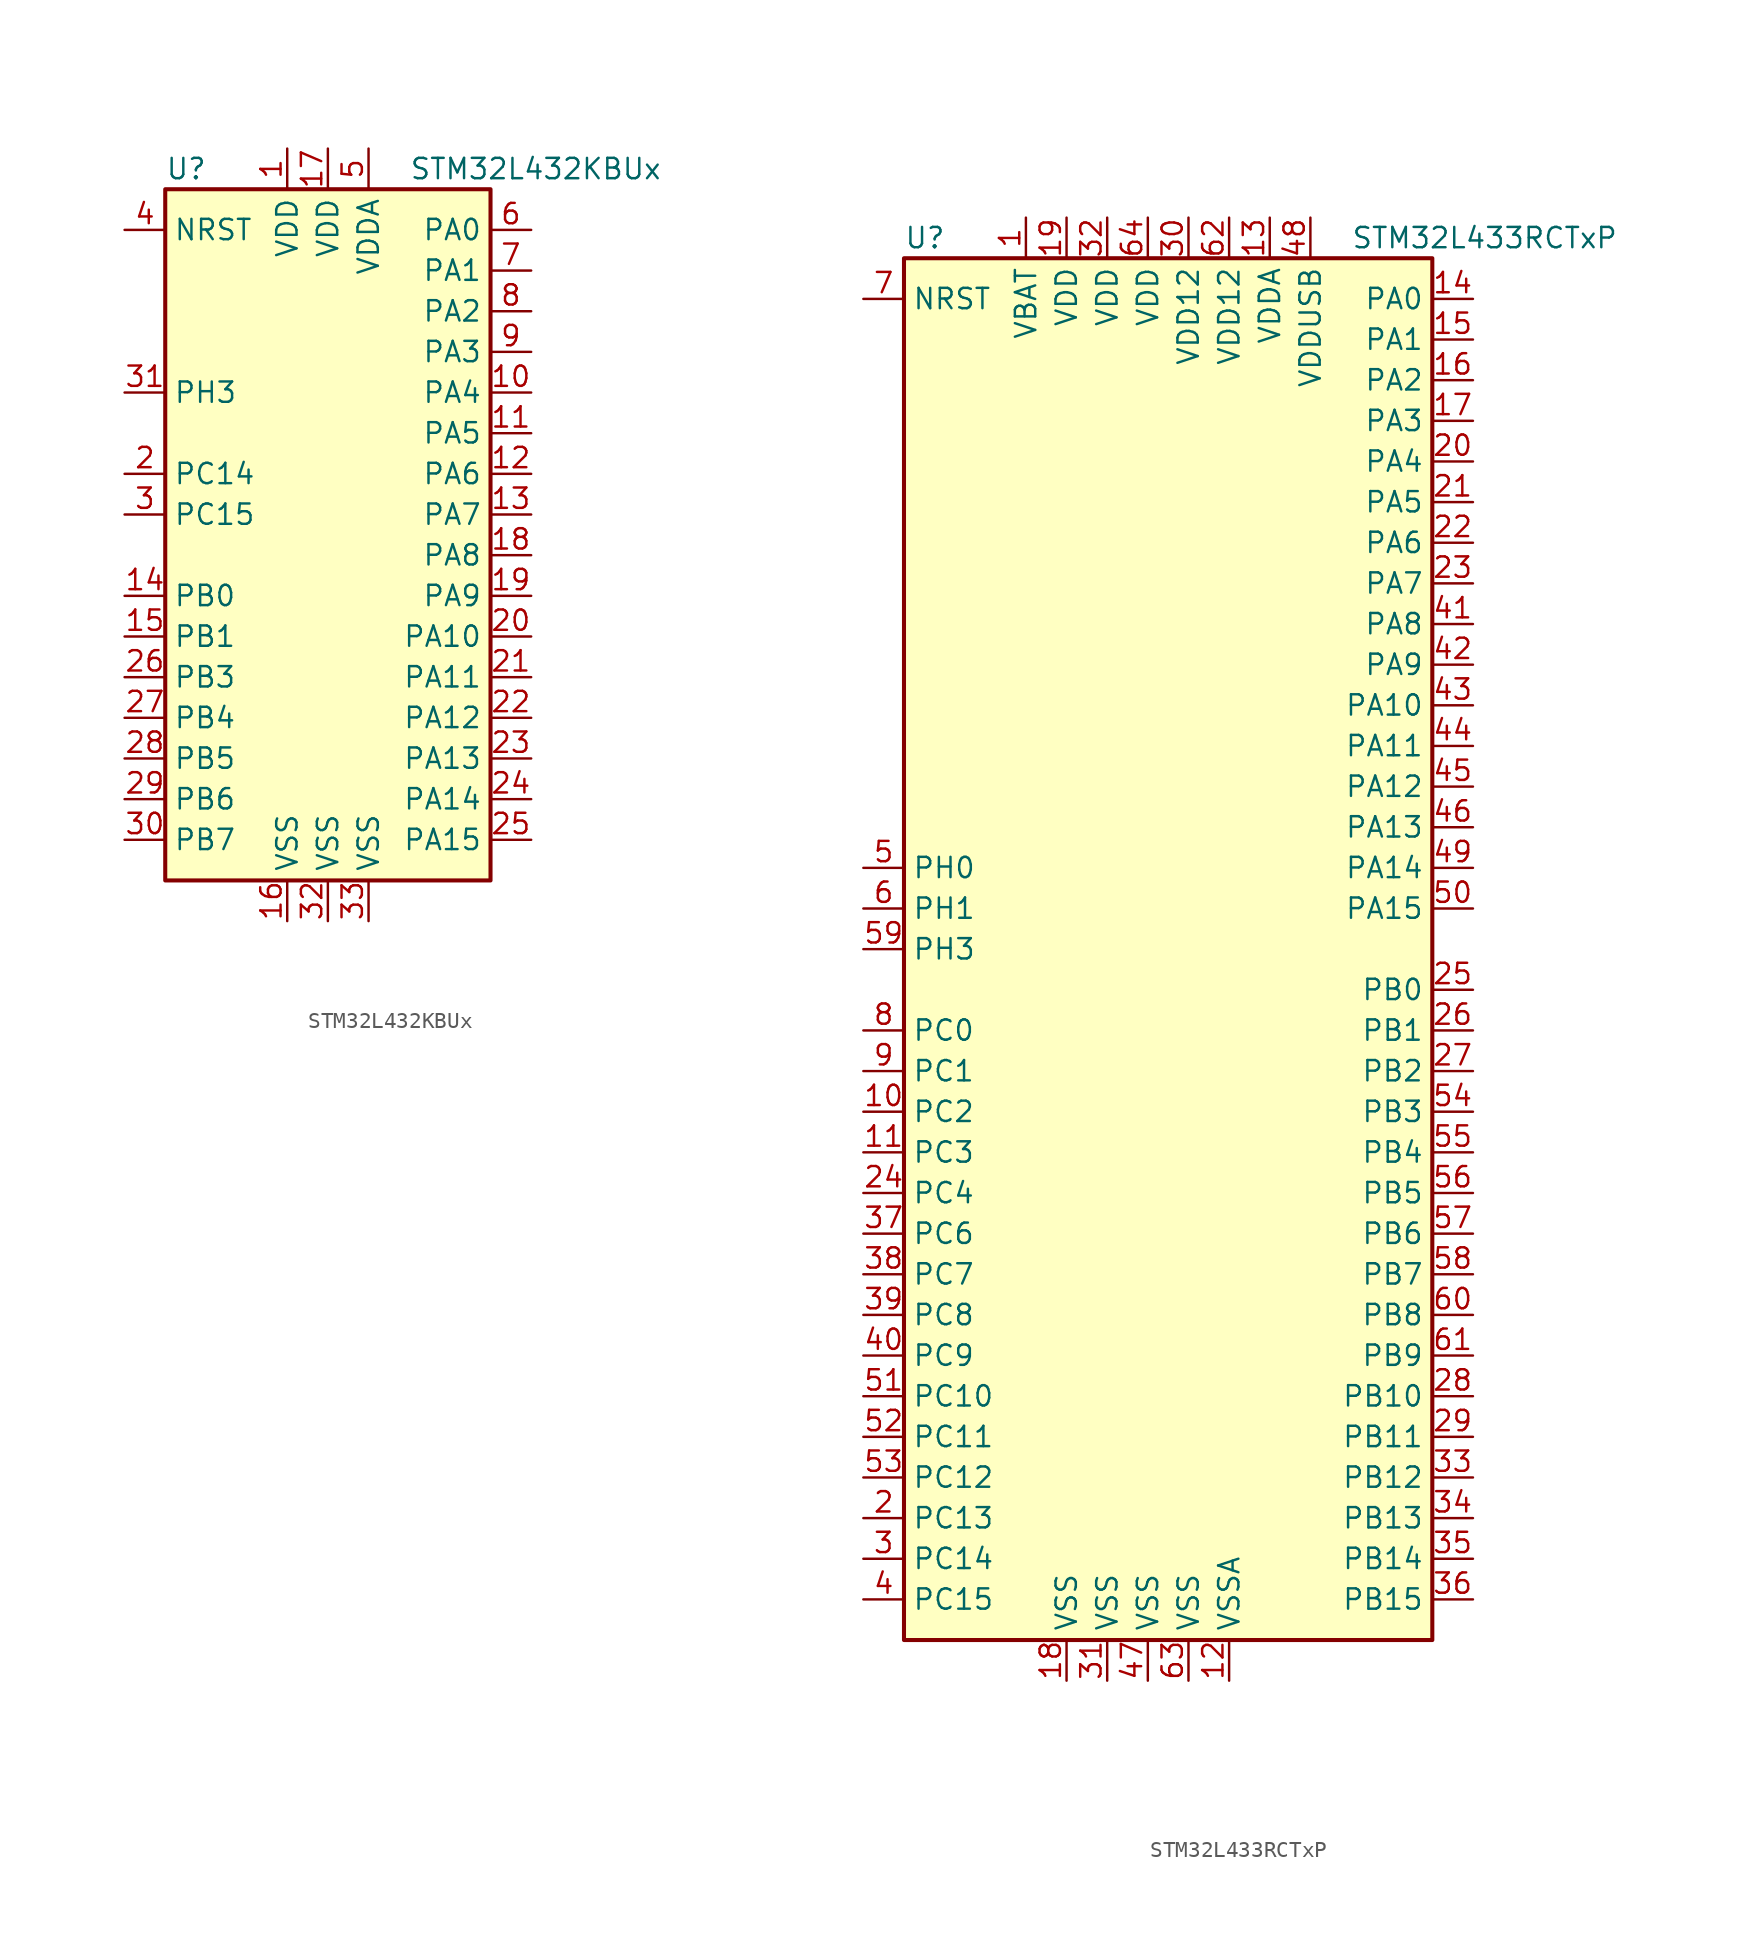
<source format=kicad_sym>
(kicad_symbol_lib
  (version 20220914)
  (generator kicad_symbol_editor)
  (symbol "STM32L432KBUx"
    (property "Reference" "U"
      (at -10.16 21.59 0)
      (effects (font (size 1.27 1.27)) (justify left)))
    (property "Value" "STM32L432KBUx"
      (at 5.08 21.59 0)
      (effects (font (size 1.27 1.27)) (justify left)))
    (symbol "STM32L432KBUx_0_1"
      (rectangle (start -10.16 -22.86) (end 10.16 20.32) (stroke (width 0.254) (type default)) (fill (type background))))
    (symbol "STM32L432KBUx_1_1"
      (pin power_in line (at -2.54 22.86 270) (length 2.54) (name "VDD" (effects (font (size 1.27 1.27)))) (number "1" (effects (font (size 1.27 1.27)))))
      (pin bidirectional line (at 12.7 7.62 180) (length 2.54) (name "PA4" (effects (font (size 1.27 1.27)))) (number "10" (effects (font (size 1.27 1.27)))))
      (pin bidirectional line (at 12.7 5.08 180) (length 2.54) (name "PA5" (effects (font (size 1.27 1.27)))) (number "11" (effects (font (size 1.27 1.27)))))
      (pin bidirectional line (at 12.7 2.54 180) (length 2.54) (name "PA6" (effects (font (size 1.27 1.27)))) (number "12" (effects (font (size 1.27 1.27)))))
      (pin bidirectional line (at 12.7 0 180) (length 2.54) (name "PA7" (effects (font (size 1.27 1.27)))) (number "13" (effects (font (size 1.27 1.27)))))
      (pin bidirectional line (at -12.7 -5.08 0) (length 2.54) (name "PB0" (effects (font (size 1.27 1.27)))) (number "14" (effects (font (size 1.27 1.27)))))
      (pin bidirectional line (at -12.7 -7.62 0) (length 2.54) (name "PB1" (effects (font (size 1.27 1.27)))) (number "15" (effects (font (size 1.27 1.27)))))
      (pin power_in line (at -2.54 -25.4 90) (length 2.54) (name "VSS" (effects (font (size 1.27 1.27)))) (number "16" (effects (font (size 1.27 1.27)))))
      (pin power_in line (at 0 22.86 270) (length 2.54) (name "VDD" (effects (font (size 1.27 1.27)))) (number "17" (effects (font (size 1.27 1.27)))))
      (pin bidirectional line (at 12.7 -2.54 180) (length 2.54) (name "PA8" (effects (font (size 1.27 1.27)))) (number "18" (effects (font (size 1.27 1.27)))))
      (pin bidirectional line (at 12.7 -5.08 180) (length 2.54) (name "PA9" (effects (font (size 1.27 1.27)))) (number "19" (effects (font (size 1.27 1.27)))))
      (pin bidirectional line (at -12.7 2.54 0) (length 2.54) (name "PC14" (effects (font (size 1.27 1.27)))) (number "2" (effects (font (size 1.27 1.27)))))
      (pin bidirectional line (at 12.7 -7.62 180) (length 2.54) (name "PA10" (effects (font (size 1.27 1.27)))) (number "20" (effects (font (size 1.27 1.27)))))
      (pin bidirectional line (at 12.7 -10.16 180) (length 2.54) (name "PA11" (effects (font (size 1.27 1.27)))) (number "21" (effects (font (size 1.27 1.27)))))
      (pin bidirectional line (at 12.7 -12.7 180) (length 2.54) (name "PA12" (effects (font (size 1.27 1.27)))) (number "22" (effects (font (size 1.27 1.27)))))
      (pin bidirectional line (at 12.7 -15.24 180) (length 2.54) (name "PA13" (effects (font (size 1.27 1.27)))) (number "23" (effects (font (size 1.27 1.27)))))
      (pin bidirectional line (at 12.7 -17.78 180) (length 2.54) (name "PA14" (effects (font (size 1.27 1.27)))) (number "24" (effects (font (size 1.27 1.27)))))
      (pin bidirectional line (at 12.7 -20.32 180) (length 2.54) (name "PA15" (effects (font (size 1.27 1.27)))) (number "25" (effects (font (size 1.27 1.27)))))
      (pin bidirectional line (at -12.7 -10.16 0) (length 2.54) (name "PB3" (effects (font (size 1.27 1.27)))) (number "26" (effects (font (size 1.27 1.27)))))
      (pin bidirectional line (at -12.7 -12.7 0) (length 2.54) (name "PB4" (effects (font (size 1.27 1.27)))) (number "27" (effects (font (size 1.27 1.27)))))
      (pin bidirectional line (at -12.7 -15.24 0) (length 2.54) (name "PB5" (effects (font (size 1.27 1.27)))) (number "28" (effects (font (size 1.27 1.27)))))
      (pin bidirectional line (at -12.7 -17.78 0) (length 2.54) (name "PB6" (effects (font (size 1.27 1.27)))) (number "29" (effects (font (size 1.27 1.27)))))
      (pin bidirectional line (at -12.7 0 0) (length 2.54) (name "PC15" (effects (font (size 1.27 1.27)))) (number "3" (effects (font (size 1.27 1.27)))))
      (pin bidirectional line (at -12.7 -20.32 0) (length 2.54) (name "PB7" (effects (font (size 1.27 1.27)))) (number "30" (effects (font (size 1.27 1.27)))))
      (pin bidirectional line (at -12.7 7.62 0) (length 2.54) (name "PH3" (effects (font (size 1.27 1.27)))) (number "31" (effects (font (size 1.27 1.27)))))
      (pin power_in line (at 0 -25.4 90) (length 2.54) (name "VSS" (effects (font (size 1.27 1.27)))) (number "32" (effects (font (size 1.27 1.27)))))
      (pin power_in line (at 2.54 -25.4 90) (length 2.54) (name "VSS" (effects (font (size 1.27 1.27)))) (number "33" (effects (font (size 1.27 1.27)))))
      (pin input line (at -12.7 17.78 0) (length 2.54) (name "NRST" (effects (font (size 1.27 1.27)))) (number "4" (effects (font (size 1.27 1.27)))))
      (pin power_in line (at 2.54 22.86 270) (length 2.54) (name "VDDA" (effects (font (size 1.27 1.27)))) (number "5" (effects (font (size 1.27 1.27)))))
      (pin bidirectional line (at 12.7 17.78 180) (length 2.54) (name "PA0" (effects (font (size 1.27 1.27)))) (number "6" (effects (font (size 1.27 1.27)))))
      (pin bidirectional line (at 12.7 15.24 180) (length 2.54) (name "PA1" (effects (font (size 1.27 1.27)))) (number "7" (effects (font (size 1.27 1.27)))))
      (pin bidirectional line (at 12.7 12.7 180) (length 2.54) (name "PA2" (effects (font (size 1.27 1.27)))) (number "8" (effects (font (size 1.27 1.27)))))
      (pin bidirectional line (at 12.7 10.16 180) (length 2.54) (name "PA3" (effects (font (size 1.27 1.27)))) (number "9" (effects (font (size 1.27 1.27)))))))
  (symbol "STM32L433RCTxP"
    (property "Reference" "U"
      (at -17.78 44.45 0)
      (effects (font (size 1.27 1.27)) (justify left)))
    (property "Value" "STM32L433RCTxP"
      (at 10.16 44.45 0)
      (effects (font (size 1.27 1.27)) (justify left)))
    (symbol "STM32L433RCTxP_0_1"
      (rectangle (start -17.78 -43.18) (end 15.24 43.18) (stroke (width 0.254) (type default)) (fill (type background))))
    (symbol "STM32L433RCTxP_1_1"
      (pin power_in line (at -10.16 45.72 270) (length 2.54) (name "VBAT" (effects (font (size 1.27 1.27)))) (number "1" (effects (font (size 1.27 1.27)))))
      (pin bidirectional line (at -20.32 -10.16 0) (length 2.54) (name "PC2" (effects (font (size 1.27 1.27)))) (number "10" (effects (font (size 1.27 1.27)))))
      (pin bidirectional line (at -20.32 -12.7 0) (length 2.54) (name "PC3" (effects (font (size 1.27 1.27)))) (number "11" (effects (font (size 1.27 1.27)))))
      (pin power_in line (at 2.54 -45.72 90) (length 2.54) (name "VSSA" (effects (font (size 1.27 1.27)))) (number "12" (effects (font (size 1.27 1.27)))))
      (pin power_in line (at 5.08 45.72 270) (length 2.54) (name "VDDA" (effects (font (size 1.27 1.27)))) (number "13" (effects (font (size 1.27 1.27)))))
      (pin bidirectional line (at 17.78 40.64 180) (length 2.54) (name "PA0" (effects (font (size 1.27 1.27)))) (number "14" (effects (font (size 1.27 1.27)))))
      (pin bidirectional line (at 17.78 38.1 180) (length 2.54) (name "PA1" (effects (font (size 1.27 1.27)))) (number "15" (effects (font (size 1.27 1.27)))))
      (pin bidirectional line (at 17.78 35.56 180) (length 2.54) (name "PA2" (effects (font (size 1.27 1.27)))) (number "16" (effects (font (size 1.27 1.27)))))
      (pin bidirectional line (at 17.78 33.02 180) (length 2.54) (name "PA3" (effects (font (size 1.27 1.27)))) (number "17" (effects (font (size 1.27 1.27)))))
      (pin power_in line (at -7.62 -45.72 90) (length 2.54) (name "VSS" (effects (font (size 1.27 1.27)))) (number "18" (effects (font (size 1.27 1.27)))))
      (pin power_in line (at -7.62 45.72 270) (length 2.54) (name "VDD" (effects (font (size 1.27 1.27)))) (number "19" (effects (font (size 1.27 1.27)))))
      (pin bidirectional line (at -20.32 -35.56 0) (length 2.54) (name "PC13" (effects (font (size 1.27 1.27)))) (number "2" (effects (font (size 1.27 1.27)))))
      (pin bidirectional line (at 17.78 30.48 180) (length 2.54) (name "PA4" (effects (font (size 1.27 1.27)))) (number "20" (effects (font (size 1.27 1.27)))))
      (pin bidirectional line (at 17.78 27.94 180) (length 2.54) (name "PA5" (effects (font (size 1.27 1.27)))) (number "21" (effects (font (size 1.27 1.27)))))
      (pin bidirectional line (at 17.78 25.4 180) (length 2.54) (name "PA6" (effects (font (size 1.27 1.27)))) (number "22" (effects (font (size 1.27 1.27)))))
      (pin bidirectional line (at 17.78 22.86 180) (length 2.54) (name "PA7" (effects (font (size 1.27 1.27)))) (number "23" (effects (font (size 1.27 1.27)))))
      (pin bidirectional line (at -20.32 -15.24 0) (length 2.54) (name "PC4" (effects (font (size 1.27 1.27)))) (number "24" (effects (font (size 1.27 1.27)))))
      (pin bidirectional line (at 17.78 -2.54 180) (length 2.54) (name "PB0" (effects (font (size 1.27 1.27)))) (number "25" (effects (font (size 1.27 1.27)))))
      (pin bidirectional line (at 17.78 -5.08 180) (length 2.54) (name "PB1" (effects (font (size 1.27 1.27)))) (number "26" (effects (font (size 1.27 1.27)))))
      (pin bidirectional line (at 17.78 -7.62 180) (length 2.54) (name "PB2" (effects (font (size 1.27 1.27)))) (number "27" (effects (font (size 1.27 1.27)))))
      (pin bidirectional line (at 17.78 -27.94 180) (length 2.54) (name "PB10" (effects (font (size 1.27 1.27)))) (number "28" (effects (font (size 1.27 1.27)))))
      (pin bidirectional line (at 17.78 -30.48 180) (length 2.54) (name "PB11" (effects (font (size 1.27 1.27)))) (number "29" (effects (font (size 1.27 1.27)))))
      (pin bidirectional line (at -20.32 -38.1 0) (length 2.54) (name "PC14" (effects (font (size 1.27 1.27)))) (number "3" (effects (font (size 1.27 1.27)))))
      (pin power_in line (at 0 45.72 270) (length 2.54) (name "VDD12" (effects (font (size 1.27 1.27)))) (number "30" (effects (font (size 1.27 1.27)))))
      (pin power_in line (at -5.08 -45.72 90) (length 2.54) (name "VSS" (effects (font (size 1.27 1.27)))) (number "31" (effects (font (size 1.27 1.27)))))
      (pin power_in line (at -5.08 45.72 270) (length 2.54) (name "VDD" (effects (font (size 1.27 1.27)))) (number "32" (effects (font (size 1.27 1.27)))))
      (pin bidirectional line (at 17.78 -33.02 180) (length 2.54) (name "PB12" (effects (font (size 1.27 1.27)))) (number "33" (effects (font (size 1.27 1.27)))))
      (pin bidirectional line (at 17.78 -35.56 180) (length 2.54) (name "PB13" (effects (font (size 1.27 1.27)))) (number "34" (effects (font (size 1.27 1.27)))))
      (pin bidirectional line (at 17.78 -38.1 180) (length 2.54) (name "PB14" (effects (font (size 1.27 1.27)))) (number "35" (effects (font (size 1.27 1.27)))))
      (pin bidirectional line (at 17.78 -40.64 180) (length 2.54) (name "PB15" (effects (font (size 1.27 1.27)))) (number "36" (effects (font (size 1.27 1.27)))))
      (pin bidirectional line (at -20.32 -17.78 0) (length 2.54) (name "PC6" (effects (font (size 1.27 1.27)))) (number "37" (effects (font (size 1.27 1.27)))))
      (pin bidirectional line (at -20.32 -20.32 0) (length 2.54) (name "PC7" (effects (font (size 1.27 1.27)))) (number "38" (effects (font (size 1.27 1.27)))))
      (pin bidirectional line (at -20.32 -22.86 0) (length 2.54) (name "PC8" (effects (font (size 1.27 1.27)))) (number "39" (effects (font (size 1.27 1.27)))))
      (pin bidirectional line (at -20.32 -40.64 0) (length 2.54) (name "PC15" (effects (font (size 1.27 1.27)))) (number "4" (effects (font (size 1.27 1.27)))))
      (pin bidirectional line (at -20.32 -25.4 0) (length 2.54) (name "PC9" (effects (font (size 1.27 1.27)))) (number "40" (effects (font (size 1.27 1.27)))))
      (pin bidirectional line (at 17.78 20.32 180) (length 2.54) (name "PA8" (effects (font (size 1.27 1.27)))) (number "41" (effects (font (size 1.27 1.27)))))
      (pin bidirectional line (at 17.78 17.78 180) (length 2.54) (name "PA9" (effects (font (size 1.27 1.27)))) (number "42" (effects (font (size 1.27 1.27)))))
      (pin bidirectional line (at 17.78 15.24 180) (length 2.54) (name "PA10" (effects (font (size 1.27 1.27)))) (number "43" (effects (font (size 1.27 1.27)))))
      (pin bidirectional line (at 17.78 12.7 180) (length 2.54) (name "PA11" (effects (font (size 1.27 1.27)))) (number "44" (effects (font (size 1.27 1.27)))))
      (pin bidirectional line (at 17.78 10.16 180) (length 2.54) (name "PA12" (effects (font (size 1.27 1.27)))) (number "45" (effects (font (size 1.27 1.27)))))
      (pin bidirectional line (at 17.78 7.62 180) (length 2.54) (name "PA13" (effects (font (size 1.27 1.27)))) (number "46" (effects (font (size 1.27 1.27)))))
      (pin power_in line (at -2.54 -45.72 90) (length 2.54) (name "VSS" (effects (font (size 1.27 1.27)))) (number "47" (effects (font (size 1.27 1.27)))))
      (pin power_in line (at 7.62 45.72 270) (length 2.54) (name "VDDUSB" (effects (font (size 1.27 1.27)))) (number "48" (effects (font (size 1.27 1.27)))))
      (pin bidirectional line (at 17.78 5.08 180) (length 2.54) (name "PA14" (effects (font (size 1.27 1.27)))) (number "49" (effects (font (size 1.27 1.27)))))
      (pin input line (at -20.32 5.08 0) (length 2.54) (name "PH0" (effects (font (size 1.27 1.27)))) (number "5" (effects (font (size 1.27 1.27)))))
      (pin bidirectional line (at 17.78 2.54 180) (length 2.54) (name "PA15" (effects (font (size 1.27 1.27)))) (number "50" (effects (font (size 1.27 1.27)))))
      (pin bidirectional line (at -20.32 -27.94 0) (length 2.54) (name "PC10" (effects (font (size 1.27 1.27)))) (number "51" (effects (font (size 1.27 1.27)))))
      (pin bidirectional line (at -20.32 -30.48 0) (length 2.54) (name "PC11" (effects (font (size 1.27 1.27)))) (number "52" (effects (font (size 1.27 1.27)))))
      (pin bidirectional line (at -20.32 -33.02 0) (length 2.54) (name "PC12" (effects (font (size 1.27 1.27)))) (number "53" (effects (font (size 1.27 1.27)))))
      (pin bidirectional line (at 17.78 -10.16 180) (length 2.54) (name "PB3" (effects (font (size 1.27 1.27)))) (number "54" (effects (font (size 1.27 1.27)))))
      (pin bidirectional line (at 17.78 -12.7 180) (length 2.54) (name "PB4" (effects (font (size 1.27 1.27)))) (number "55" (effects (font (size 1.27 1.27)))))
      (pin bidirectional line (at 17.78 -15.24 180) (length 2.54) (name "PB5" (effects (font (size 1.27 1.27)))) (number "56" (effects (font (size 1.27 1.27)))))
      (pin bidirectional line (at 17.78 -17.78 180) (length 2.54) (name "PB6" (effects (font (size 1.27 1.27)))) (number "57" (effects (font (size 1.27 1.27)))))
      (pin bidirectional line (at 17.78 -20.32 180) (length 2.54) (name "PB7" (effects (font (size 1.27 1.27)))) (number "58" (effects (font (size 1.27 1.27)))))
      (pin bidirectional line (at -20.32 0 0) (length 2.54) (name "PH3" (effects (font (size 1.27 1.27)))) (number "59" (effects (font (size 1.27 1.27)))))
      (pin input line (at -20.32 2.54 0) (length 2.54) (name "PH1" (effects (font (size 1.27 1.27)))) (number "6" (effects (font (size 1.27 1.27)))))
      (pin bidirectional line (at 17.78 -22.86 180) (length 2.54) (name "PB8" (effects (font (size 1.27 1.27)))) (number "60" (effects (font (size 1.27 1.27)))))
      (pin bidirectional line (at 17.78 -25.4 180) (length 2.54) (name "PB9" (effects (font (size 1.27 1.27)))) (number "61" (effects (font (size 1.27 1.27)))))
      (pin power_in line (at 2.54 45.72 270) (length 2.54) (name "VDD12" (effects (font (size 1.27 1.27)))) (number "62" (effects (font (size 1.27 1.27)))))
      (pin power_in line (at 0 -45.72 90) (length 2.54) (name "VSS" (effects (font (size 1.27 1.27)))) (number "63" (effects (font (size 1.27 1.27)))))
      (pin power_in line (at -2.54 45.72 270) (length 2.54) (name "VDD" (effects (font (size 1.27 1.27)))) (number "64" (effects (font (size 1.27 1.27)))))
      (pin input line (at -20.32 40.64 0) (length 2.54) (name "NRST" (effects (font (size 1.27 1.27)))) (number "7" (effects (font (size 1.27 1.27)))))
      (pin bidirectional line (at -20.32 -5.08 0) (length 2.54) (name "PC0" (effects (font (size 1.27 1.27)))) (number "8" (effects (font (size 1.27 1.27)))))
      (pin bidirectional line (at -20.32 -7.62 0) (length 2.54) (name "PC1" (effects (font (size 1.27 1.27)))) (number "9" (effects (font (size 1.27 1.27))))))))
</source>
